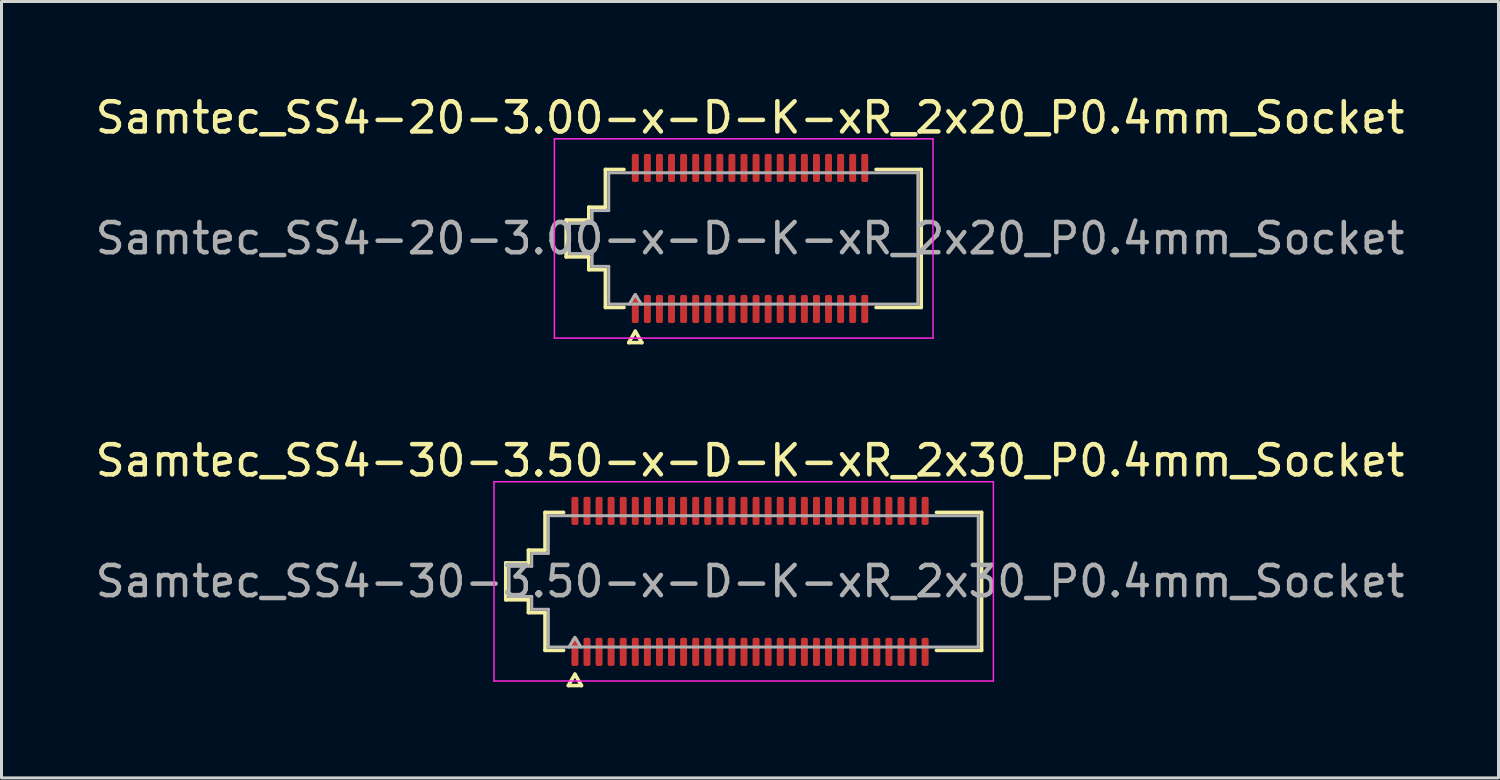
<source format=kicad_pcb>
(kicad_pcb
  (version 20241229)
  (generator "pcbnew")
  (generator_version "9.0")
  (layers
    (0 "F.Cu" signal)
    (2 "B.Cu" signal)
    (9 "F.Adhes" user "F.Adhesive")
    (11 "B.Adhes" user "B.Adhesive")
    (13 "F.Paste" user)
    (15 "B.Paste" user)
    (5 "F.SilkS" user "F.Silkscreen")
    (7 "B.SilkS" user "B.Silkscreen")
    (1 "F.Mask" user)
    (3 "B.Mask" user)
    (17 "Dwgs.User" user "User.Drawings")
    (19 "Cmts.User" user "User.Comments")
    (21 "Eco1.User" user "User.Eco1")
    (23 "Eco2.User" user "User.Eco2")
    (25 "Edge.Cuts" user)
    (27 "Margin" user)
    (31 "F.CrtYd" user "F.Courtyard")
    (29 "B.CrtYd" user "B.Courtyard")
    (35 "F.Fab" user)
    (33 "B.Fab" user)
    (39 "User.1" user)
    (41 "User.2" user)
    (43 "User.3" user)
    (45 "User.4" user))
  (footprint "Samtec_SS4-30-3.50-x-D-K-xR_2x30_P0.4mm_Socket"
    (layer "F.Cu")
    (at 21.792 16.206)
    (property "Reference" "Samtec_SS4-30-3.50-x-D-K-xR_2x30_P0.4mm_Socket" (at 0 -4 0) (layer "F.SilkS") (effects (font (size 1 1) (thickness 0.15))))
    (attr smd)
    (fp_line (start -8.09 -0.61) (end -7.34 -0.61) (stroke (width 0.12) (type solid)) (layer "F.SilkS"))
    (fp_line (start -8.09 0.61) (end -8.09 -0.61) (stroke (width 0.12) (type solid)) (layer "F.SilkS"))
    (fp_line (start -7.34 -1.035) (end -6.79 -1.035) (stroke (width 0.12) (type solid)) (layer "F.SilkS"))
    (fp_line (start -7.34 -0.61) (end -7.34 -1.035) (stroke (width 0.12) (type solid)) (layer "F.SilkS"))
    (fp_line (start -7.34 0.61) (end -8.09 0.61) (stroke (width 0.12) (type solid)) (layer "F.SilkS"))
    (fp_line (start -7.34 1.035) (end -7.34 0.61) (stroke (width 0.12) (type solid)) (layer "F.SilkS"))
    (fp_line (start -6.79 -2.285) (end -6.175 -2.285) (stroke (width 0.12) (type solid)) (layer "F.SilkS"))
    (fp_line (start -6.79 -1.035) (end -6.79 -2.285) (stroke (width 0.12) (type solid)) (layer "F.SilkS"))
    (fp_line (start -6.79 1.035) (end -7.34 1.035) (stroke (width 0.12) (type solid)) (layer "F.SilkS"))
    (fp_line (start -6.79 2.285) (end -6.79 1.035) (stroke (width 0.12) (type solid)) (layer "F.SilkS"))
    (fp_line (start -6.175 2.285) (end -6.79 2.285) (stroke (width 0.12) (type solid)) (layer "F.SilkS"))
    (fp_line (start -6.017 3.45) (end -5.8 3.075) (stroke (width 0.12) (type solid)) (layer "F.SilkS"))
    (fp_line (start -5.8 3.075) (end -5.583 3.45) (stroke (width 0.12) (type solid)) (layer "F.SilkS"))
    (fp_line (start -5.583 3.45) (end -6.017 3.45) (stroke (width 0.12) (type solid)) (layer "F.SilkS"))
    (fp_line (start 6.175 -2.285) (end 7.67 -2.285) (stroke (width 0.12) (type solid)) (layer "F.SilkS"))
    (fp_line (start 7.67 -2.285) (end 7.67 2.285) (stroke (width 0.12) (type solid)) (layer "F.SilkS"))
    (fp_line (start 7.67 2.285) (end 6.175 2.285) (stroke (width 0.12) (type solid)) (layer "F.SilkS"))
    (fp_line (start -8.48 -3.3) (end -8.48 3.3) (stroke (width 0.05) (type solid)) (layer "F.CrtYd"))
    (fp_line (start -8.48 3.3) (end 8.06 3.3) (stroke (width 0.05) (type solid)) (layer "F.CrtYd"))
    (fp_line (start 8.06 -3.3) (end -8.48 -3.3) (stroke (width 0.05) (type solid)) (layer "F.CrtYd"))
    (fp_line (start 8.06 3.3) (end 8.06 -3.3) (stroke (width 0.05) (type solid)) (layer "F.CrtYd"))
    (fp_line (start -7.98 -0.5) (end -7.23 -0.5) (stroke (width 0.1) (type solid)) (layer "F.Fab"))
    (fp_line (start -7.98 0.5) (end -7.98 -0.5) (stroke (width 0.1) (type solid)) (layer "F.Fab"))
    (fp_line (start -7.23 -0.925) (end -6.68 -0.925) (stroke (width 0.1) (type solid)) (layer "F.Fab"))
    (fp_line (start -7.23 -0.5) (end -7.23 -0.925) (stroke (width 0.1) (type solid)) (layer "F.Fab"))
    (fp_line (start -7.23 0.5) (end -7.98 0.5) (stroke (width 0.1) (type solid)) (layer "F.Fab"))
    (fp_line (start -7.23 0.925) (end -7.23 0.5) (stroke (width 0.1) (type solid)) (layer "F.Fab"))
    (fp_line (start -6.68 -2.175) (end 7.56 -2.175) (stroke (width 0.1) (type solid)) (layer "F.Fab"))
    (fp_line (start -6.68 -0.925) (end -6.68 -2.175) (stroke (width 0.1) (type solid)) (layer "F.Fab"))
    (fp_line (start -6.68 0.925) (end -7.23 0.925) (stroke (width 0.1) (type solid)) (layer "F.Fab"))
    (fp_line (start -6.68 2.175) (end -6.68 0.925) (stroke (width 0.1) (type solid)) (layer "F.Fab"))
    (fp_line (start -6 2.175) (end -5.8 1.855) (stroke (width 0.1) (type solid)) (layer "F.Fab"))
    (fp_line (start -5.8 1.855) (end -5.6 2.175) (stroke (width 0.1) (type solid)) (layer "F.Fab"))
    (fp_line (start 7.56 -2.175) (end 7.56 2.175) (stroke (width 0.1) (type solid)) (layer "F.Fab"))
    (fp_line (start 7.56 2.175) (end -6.68 2.175) (stroke (width 0.1) (type solid)) (layer "F.Fab"))
    (fp_text user "${REFERENCE}" (at 0 0 0) (layer "F.Fab") (effects (font (size 1 1) (thickness 0.15))))
    (pad "1" smd roundrect (at -5.8 2.335) (size 0.23 0.93) (layers "F.Cu" "F.Mask" "F.Paste") (roundrect_rratio 0.25))
    (pad "2" smd roundrect (at -5.8 -2.335) (size 0.23 0.93) (layers "F.Cu" "F.Mask" "F.Paste") (roundrect_rratio 0.25))
    (pad "3" smd roundrect (at -5.4 2.335) (size 0.23 0.93) (layers "F.Cu" "F.Mask" "F.Paste") (roundrect_rratio 0.25))
    (pad "4" smd roundrect (at -5.4 -2.335) (size 0.23 0.93) (layers "F.Cu" "F.Mask" "F.Paste") (roundrect_rratio 0.25))
    (pad "5" smd roundrect (at -5 2.335) (size 0.23 0.93) (layers "F.Cu" "F.Mask" "F.Paste") (roundrect_rratio 0.25))
    (pad "6" smd roundrect (at -5 -2.335) (size 0.23 0.93) (layers "F.Cu" "F.Mask" "F.Paste") (roundrect_rratio 0.25))
    (pad "7" smd roundrect (at -4.6 2.335) (size 0.23 0.93) (layers "F.Cu" "F.Mask" "F.Paste") (roundrect_rratio 0.25))
    (pad "8" smd roundrect (at -4.6 -2.335) (size 0.23 0.93) (layers "F.Cu" "F.Mask" "F.Paste") (roundrect_rratio 0.25))
    (pad "9" smd roundrect (at -4.2 2.335) (size 0.23 0.93) (layers "F.Cu" "F.Mask" "F.Paste") (roundrect_rratio 0.25))
    (pad "10" smd roundrect (at -4.2 -2.335) (size 0.23 0.93) (layers "F.Cu" "F.Mask" "F.Paste") (roundrect_rratio 0.25))
    (pad "11" smd roundrect (at -3.8 2.335) (size 0.23 0.93) (layers "F.Cu" "F.Mask" "F.Paste") (roundrect_rratio 0.25))
    (pad "12" smd roundrect (at -3.8 -2.335) (size 0.23 0.93) (layers "F.Cu" "F.Mask" "F.Paste") (roundrect_rratio 0.25))
    (pad "13" smd roundrect (at -3.4 2.335) (size 0.23 0.93) (layers "F.Cu" "F.Mask" "F.Paste") (roundrect_rratio 0.25))
    (pad "14" smd roundrect (at -3.4 -2.335) (size 0.23 0.93) (layers "F.Cu" "F.Mask" "F.Paste") (roundrect_rratio 0.25))
    (pad "15" smd roundrect (at -3 2.335) (size 0.23 0.93) (layers "F.Cu" "F.Mask" "F.Paste") (roundrect_rratio 0.25))
    (pad "16" smd roundrect (at -3 -2.335) (size 0.23 0.93) (layers "F.Cu" "F.Mask" "F.Paste") (roundrect_rratio 0.25))
    (pad "17" smd roundrect (at -2.6 2.335) (size 0.23 0.93) (layers "F.Cu" "F.Mask" "F.Paste") (roundrect_rratio 0.25))
    (pad "18" smd roundrect (at -2.6 -2.335) (size 0.23 0.93) (layers "F.Cu" "F.Mask" "F.Paste") (roundrect_rratio 0.25))
    (pad "19" smd roundrect (at -2.2 2.335) (size 0.23 0.93) (layers "F.Cu" "F.Mask" "F.Paste") (roundrect_rratio 0.25))
    (pad "20" smd roundrect (at -2.2 -2.335) (size 0.23 0.93) (layers "F.Cu" "F.Mask" "F.Paste") (roundrect_rratio 0.25))
    (pad "21" smd roundrect (at -1.8 2.335) (size 0.23 0.93) (layers "F.Cu" "F.Mask" "F.Paste") (roundrect_rratio 0.25))
    (pad "22" smd roundrect (at -1.8 -2.335) (size 0.23 0.93) (layers "F.Cu" "F.Mask" "F.Paste") (roundrect_rratio 0.25))
    (pad "23" smd roundrect (at -1.4 2.335) (size 0.23 0.93) (layers "F.Cu" "F.Mask" "F.Paste") (roundrect_rratio 0.25))
    (pad "24" smd roundrect (at -1.4 -2.335) (size 0.23 0.93) (layers "F.Cu" "F.Mask" "F.Paste") (roundrect_rratio 0.25))
    (pad "25" smd roundrect (at -1 2.335) (size 0.23 0.93) (layers "F.Cu" "F.Mask" "F.Paste") (roundrect_rratio 0.25))
    (pad "26" smd roundrect (at -1 -2.335) (size 0.23 0.93) (layers "F.Cu" "F.Mask" "F.Paste") (roundrect_rratio 0.25))
    (pad "27" smd roundrect (at -0.6 2.335) (size 0.23 0.93) (layers "F.Cu" "F.Mask" "F.Paste") (roundrect_rratio 0.25))
    (pad "28" smd roundrect (at -0.6 -2.335) (size 0.23 0.93) (layers "F.Cu" "F.Mask" "F.Paste") (roundrect_rratio 0.25))
    (pad "29" smd roundrect (at -0.2 2.335) (size 0.23 0.93) (layers "F.Cu" "F.Mask" "F.Paste") (roundrect_rratio 0.25))
    (pad "30" smd roundrect (at -0.2 -2.335) (size 0.23 0.93) (layers "F.Cu" "F.Mask" "F.Paste") (roundrect_rratio 0.25))
    (pad "31" smd roundrect (at 0.2 2.335) (size 0.23 0.93) (layers "F.Cu" "F.Mask" "F.Paste") (roundrect_rratio 0.25))
    (pad "32" smd roundrect (at 0.2 -2.335) (size 0.23 0.93) (layers "F.Cu" "F.Mask" "F.Paste") (roundrect_rratio 0.25))
    (pad "33" smd roundrect (at 0.6 2.335) (size 0.23 0.93) (layers "F.Cu" "F.Mask" "F.Paste") (roundrect_rratio 0.25))
    (pad "34" smd roundrect (at 0.6 -2.335) (size 0.23 0.93) (layers "F.Cu" "F.Mask" "F.Paste") (roundrect_rratio 0.25))
    (pad "35" smd roundrect (at 1 2.335) (size 0.23 0.93) (layers "F.Cu" "F.Mask" "F.Paste") (roundrect_rratio 0.25))
    (pad "36" smd roundrect (at 1 -2.335) (size 0.23 0.93) (layers "F.Cu" "F.Mask" "F.Paste") (roundrect_rratio 0.25))
    (pad "37" smd roundrect (at 1.4 2.335) (size 0.23 0.93) (layers "F.Cu" "F.Mask" "F.Paste") (roundrect_rratio 0.25))
    (pad "38" smd roundrect (at 1.4 -2.335) (size 0.23 0.93) (layers "F.Cu" "F.Mask" "F.Paste") (roundrect_rratio 0.25))
    (pad "39" smd roundrect (at 1.8 2.335) (size 0.23 0.93) (layers "F.Cu" "F.Mask" "F.Paste") (roundrect_rratio 0.25))
    (pad "40" smd roundrect (at 1.8 -2.335) (size 0.23 0.93) (layers "F.Cu" "F.Mask" "F.Paste") (roundrect_rratio 0.25))
    (pad "41" smd roundrect (at 2.2 2.335) (size 0.23 0.93) (layers "F.Cu" "F.Mask" "F.Paste") (roundrect_rratio 0.25))
    (pad "42" smd roundrect (at 2.2 -2.335) (size 0.23 0.93) (layers "F.Cu" "F.Mask" "F.Paste") (roundrect_rratio 0.25))
    (pad "43" smd roundrect (at 2.6 2.335) (size 0.23 0.93) (layers "F.Cu" "F.Mask" "F.Paste") (roundrect_rratio 0.25))
    (pad "44" smd roundrect (at 2.6 -2.335) (size 0.23 0.93) (layers "F.Cu" "F.Mask" "F.Paste") (roundrect_rratio 0.25))
    (pad "45" smd roundrect (at 3 2.335) (size 0.23 0.93) (layers "F.Cu" "F.Mask" "F.Paste") (roundrect_rratio 0.25))
    (pad "46" smd roundrect (at 3 -2.335) (size 0.23 0.93) (layers "F.Cu" "F.Mask" "F.Paste") (roundrect_rratio 0.25))
    (pad "47" smd roundrect (at 3.4 2.335) (size 0.23 0.93) (layers "F.Cu" "F.Mask" "F.Paste") (roundrect_rratio 0.25))
    (pad "48" smd roundrect (at 3.4 -2.335) (size 0.23 0.93) (layers "F.Cu" "F.Mask" "F.Paste") (roundrect_rratio 0.25))
    (pad "49" smd roundrect (at 3.8 2.335) (size 0.23 0.93) (layers "F.Cu" "F.Mask" "F.Paste") (roundrect_rratio 0.25))
    (pad "50" smd roundrect (at 3.8 -2.335) (size 0.23 0.93) (layers "F.Cu" "F.Mask" "F.Paste") (roundrect_rratio 0.25))
    (pad "51" smd roundrect (at 4.2 2.335) (size 0.23 0.93) (layers "F.Cu" "F.Mask" "F.Paste") (roundrect_rratio 0.25))
    (pad "52" smd roundrect (at 4.2 -2.335) (size 0.23 0.93) (layers "F.Cu" "F.Mask" "F.Paste") (roundrect_rratio 0.25))
    (pad "53" smd roundrect (at 4.6 2.335) (size 0.23 0.93) (layers "F.Cu" "F.Mask" "F.Paste") (roundrect_rratio 0.25))
    (pad "54" smd roundrect (at 4.6 -2.335) (size 0.23 0.93) (layers "F.Cu" "F.Mask" "F.Paste") (roundrect_rratio 0.25))
    (pad "55" smd roundrect (at 5 2.335) (size 0.23 0.93) (layers "F.Cu" "F.Mask" "F.Paste") (roundrect_rratio 0.25))
    (pad "56" smd roundrect (at 5 -2.335) (size 0.23 0.93) (layers "F.Cu" "F.Mask" "F.Paste") (roundrect_rratio 0.25))
    (pad "57" smd roundrect (at 5.4 2.335) (size 0.23 0.93) (layers "F.Cu" "F.Mask" "F.Paste") (roundrect_rratio 0.25))
    (pad "58" smd roundrect (at 5.4 -2.335) (size 0.23 0.93) (layers "F.Cu" "F.Mask" "F.Paste") (roundrect_rratio 0.25))
    (pad "59" smd roundrect (at 5.8 2.335) (size 0.23 0.93) (layers "F.Cu" "F.Mask" "F.Paste") (roundrect_rratio 0.25))
    (pad "60" smd roundrect (at 5.8 -2.335) (size 0.23 0.93) (layers "F.Cu" "F.Mask" "F.Paste") (roundrect_rratio 0.25)))
  (footprint "Samtec_SS4-20-3.00-x-D-K-xR_2x20_P0.4mm_Socket"
    (layer "F.Cu")
    (at 21.792 4.848)
    (property "Reference" "Samtec_SS4-20-3.00-x-D-K-xR_2x20_P0.4mm_Socket" (at 0 -4 0) (layer "F.SilkS") (effects (font (size 1 1) (thickness 0.15))))
    (attr smd)
    (fp_line (start -6.09 -0.61) (end -5.34 -0.61) (stroke (width 0.12) (type solid)) (layer "F.SilkS"))
    (fp_line (start -6.09 0.61) (end -6.09 -0.61) (stroke (width 0.12) (type solid)) (layer "F.SilkS"))
    (fp_line (start -5.34 -1.035) (end -4.79 -1.035) (stroke (width 0.12) (type solid)) (layer "F.SilkS"))
    (fp_line (start -5.34 -0.61) (end -5.34 -1.035) (stroke (width 0.12) (type solid)) (layer "F.SilkS"))
    (fp_line (start -5.34 0.61) (end -6.09 0.61) (stroke (width 0.12) (type solid)) (layer "F.SilkS"))
    (fp_line (start -5.34 1.035) (end -5.34 0.61) (stroke (width 0.12) (type solid)) (layer "F.SilkS"))
    (fp_line (start -4.79 -2.285) (end -4.175 -2.285) (stroke (width 0.12) (type solid)) (layer "F.SilkS"))
    (fp_line (start -4.79 -1.035) (end -4.79 -2.285) (stroke (width 0.12) (type solid)) (layer "F.SilkS"))
    (fp_line (start -4.79 1.035) (end -5.34 1.035) (stroke (width 0.12) (type solid)) (layer "F.SilkS"))
    (fp_line (start -4.79 2.285) (end -4.79 1.035) (stroke (width 0.12) (type solid)) (layer "F.SilkS"))
    (fp_line (start -4.175 2.285) (end -4.79 2.285) (stroke (width 0.12) (type solid)) (layer "F.SilkS"))
    (fp_line (start -4.017 3.45) (end -3.8 3.075) (stroke (width 0.12) (type solid)) (layer "F.SilkS"))
    (fp_line (start -3.8 3.075) (end -3.583 3.45) (stroke (width 0.12) (type solid)) (layer "F.SilkS"))
    (fp_line (start -3.583 3.45) (end -4.017 3.45) (stroke (width 0.12) (type solid)) (layer "F.SilkS"))
    (fp_line (start 4.175 -2.285) (end 5.67 -2.285) (stroke (width 0.12) (type solid)) (layer "F.SilkS"))
    (fp_line (start 5.67 -2.285) (end 5.67 2.285) (stroke (width 0.12) (type solid)) (layer "F.SilkS"))
    (fp_line (start 5.67 2.285) (end 4.175 2.285) (stroke (width 0.12) (type solid)) (layer "F.SilkS"))
    (fp_line (start -6.48 -3.3) (end -6.48 3.3) (stroke (width 0.05) (type solid)) (layer "F.CrtYd"))
    (fp_line (start -6.48 3.3) (end 6.06 3.3) (stroke (width 0.05) (type solid)) (layer "F.CrtYd"))
    (fp_line (start 6.06 -3.3) (end -6.48 -3.3) (stroke (width 0.05) (type solid)) (layer "F.CrtYd"))
    (fp_line (start 6.06 3.3) (end 6.06 -3.3) (stroke (width 0.05) (type solid)) (layer "F.CrtYd"))
    (fp_line (start -5.98 -0.5) (end -5.23 -0.5) (stroke (width 0.1) (type solid)) (layer "F.Fab"))
    (fp_line (start -5.98 0.5) (end -5.98 -0.5) (stroke (width 0.1) (type solid)) (layer "F.Fab"))
    (fp_line (start -5.23 -0.925) (end -4.68 -0.925) (stroke (width 0.1) (type solid)) (layer "F.Fab"))
    (fp_line (start -5.23 -0.5) (end -5.23 -0.925) (stroke (width 0.1) (type solid)) (layer "F.Fab"))
    (fp_line (start -5.23 0.5) (end -5.98 0.5) (stroke (width 0.1) (type solid)) (layer "F.Fab"))
    (fp_line (start -5.23 0.925) (end -5.23 0.5) (stroke (width 0.1) (type solid)) (layer "F.Fab"))
    (fp_line (start -4.68 -2.175) (end 5.56 -2.175) (stroke (width 0.1) (type solid)) (layer "F.Fab"))
    (fp_line (start -4.68 -0.925) (end -4.68 -2.175) (stroke (width 0.1) (type solid)) (layer "F.Fab"))
    (fp_line (start -4.68 0.925) (end -5.23 0.925) (stroke (width 0.1) (type solid)) (layer "F.Fab"))
    (fp_line (start -4.68 2.175) (end -4.68 0.925) (stroke (width 0.1) (type solid)) (layer "F.Fab"))
    (fp_line (start -4 2.175) (end -3.8 1.855) (stroke (width 0.1) (type solid)) (layer "F.Fab"))
    (fp_line (start -3.8 1.855) (end -3.6 2.175) (stroke (width 0.1) (type solid)) (layer "F.Fab"))
    (fp_line (start 5.56 -2.175) (end 5.56 2.175) (stroke (width 0.1) (type solid)) (layer "F.Fab"))
    (fp_line (start 5.56 2.175) (end -4.68 2.175) (stroke (width 0.1) (type solid)) (layer "F.Fab"))
    (fp_text user "${REFERENCE}" (at 0 0 0) (layer "F.Fab") (effects (font (size 1 1) (thickness 0.15))))
    (pad "1" smd roundrect (at -3.8 2.335) (size 0.23 0.93) (layers "F.Cu" "F.Mask" "F.Paste") (roundrect_rratio 0.25))
    (pad "2" smd roundrect (at -3.8 -2.335) (size 0.23 0.93) (layers "F.Cu" "F.Mask" "F.Paste") (roundrect_rratio 0.25))
    (pad "3" smd roundrect (at -3.4 2.335) (size 0.23 0.93) (layers "F.Cu" "F.Mask" "F.Paste") (roundrect_rratio 0.25))
    (pad "4" smd roundrect (at -3.4 -2.335) (size 0.23 0.93) (layers "F.Cu" "F.Mask" "F.Paste") (roundrect_rratio 0.25))
    (pad "5" smd roundrect (at -3 2.335) (size 0.23 0.93) (layers "F.Cu" "F.Mask" "F.Paste") (roundrect_rratio 0.25))
    (pad "6" smd roundrect (at -3 -2.335) (size 0.23 0.93) (layers "F.Cu" "F.Mask" "F.Paste") (roundrect_rratio 0.25))
    (pad "7" smd roundrect (at -2.6 2.335) (size 0.23 0.93) (layers "F.Cu" "F.Mask" "F.Paste") (roundrect_rratio 0.25))
    (pad "8" smd roundrect (at -2.6 -2.335) (size 0.23 0.93) (layers "F.Cu" "F.Mask" "F.Paste") (roundrect_rratio 0.25))
    (pad "9" smd roundrect (at -2.2 2.335) (size 0.23 0.93) (layers "F.Cu" "F.Mask" "F.Paste") (roundrect_rratio 0.25))
    (pad "10" smd roundrect (at -2.2 -2.335) (size 0.23 0.93) (layers "F.Cu" "F.Mask" "F.Paste") (roundrect_rratio 0.25))
    (pad "11" smd roundrect (at -1.8 2.335) (size 0.23 0.93) (layers "F.Cu" "F.Mask" "F.Paste") (roundrect_rratio 0.25))
    (pad "12" smd roundrect (at -1.8 -2.335) (size 0.23 0.93) (layers "F.Cu" "F.Mask" "F.Paste") (roundrect_rratio 0.25))
    (pad "13" smd roundrect (at -1.4 2.335) (size 0.23 0.93) (layers "F.Cu" "F.Mask" "F.Paste") (roundrect_rratio 0.25))
    (pad "14" smd roundrect (at -1.4 -2.335) (size 0.23 0.93) (layers "F.Cu" "F.Mask" "F.Paste") (roundrect_rratio 0.25))
    (pad "15" smd roundrect (at -1 2.335) (size 0.23 0.93) (layers "F.Cu" "F.Mask" "F.Paste") (roundrect_rratio 0.25))
    (pad "16" smd roundrect (at -1 -2.335) (size 0.23 0.93) (layers "F.Cu" "F.Mask" "F.Paste") (roundrect_rratio 0.25))
    (pad "17" smd roundrect (at -0.6 2.335) (size 0.23 0.93) (layers "F.Cu" "F.Mask" "F.Paste") (roundrect_rratio 0.25))
    (pad "18" smd roundrect (at -0.6 -2.335) (size 0.23 0.93) (layers "F.Cu" "F.Mask" "F.Paste") (roundrect_rratio 0.25))
    (pad "19" smd roundrect (at -0.2 2.335) (size 0.23 0.93) (layers "F.Cu" "F.Mask" "F.Paste") (roundrect_rratio 0.25))
    (pad "20" smd roundrect (at -0.2 -2.335) (size 0.23 0.93) (layers "F.Cu" "F.Mask" "F.Paste") (roundrect_rratio 0.25))
    (pad "21" smd roundrect (at 0.2 2.335) (size 0.23 0.93) (layers "F.Cu" "F.Mask" "F.Paste") (roundrect_rratio 0.25))
    (pad "22" smd roundrect (at 0.2 -2.335) (size 0.23 0.93) (layers "F.Cu" "F.Mask" "F.Paste") (roundrect_rratio 0.25))
    (pad "23" smd roundrect (at 0.6 2.335) (size 0.23 0.93) (layers "F.Cu" "F.Mask" "F.Paste") (roundrect_rratio 0.25))
    (pad "24" smd roundrect (at 0.6 -2.335) (size 0.23 0.93) (layers "F.Cu" "F.Mask" "F.Paste") (roundrect_rratio 0.25))
    (pad "25" smd roundrect (at 1 2.335) (size 0.23 0.93) (layers "F.Cu" "F.Mask" "F.Paste") (roundrect_rratio 0.25))
    (pad "26" smd roundrect (at 1 -2.335) (size 0.23 0.93) (layers "F.Cu" "F.Mask" "F.Paste") (roundrect_rratio 0.25))
    (pad "27" smd roundrect (at 1.4 2.335) (size 0.23 0.93) (layers "F.Cu" "F.Mask" "F.Paste") (roundrect_rratio 0.25))
    (pad "28" smd roundrect (at 1.4 -2.335) (size 0.23 0.93) (layers "F.Cu" "F.Mask" "F.Paste") (roundrect_rratio 0.25))
    (pad "29" smd roundrect (at 1.8 2.335) (size 0.23 0.93) (layers "F.Cu" "F.Mask" "F.Paste") (roundrect_rratio 0.25))
    (pad "30" smd roundrect (at 1.8 -2.335) (size 0.23 0.93) (layers "F.Cu" "F.Mask" "F.Paste") (roundrect_rratio 0.25))
    (pad "31" smd roundrect (at 2.2 2.335) (size 0.23 0.93) (layers "F.Cu" "F.Mask" "F.Paste") (roundrect_rratio 0.25))
    (pad "32" smd roundrect (at 2.2 -2.335) (size 0.23 0.93) (layers "F.Cu" "F.Mask" "F.Paste") (roundrect_rratio 0.25))
    (pad "33" smd roundrect (at 2.6 2.335) (size 0.23 0.93) (layers "F.Cu" "F.Mask" "F.Paste") (roundrect_rratio 0.25))
    (pad "34" smd roundrect (at 2.6 -2.335) (size 0.23 0.93) (layers "F.Cu" "F.Mask" "F.Paste") (roundrect_rratio 0.25))
    (pad "35" smd roundrect (at 3 2.335) (size 0.23 0.93) (layers "F.Cu" "F.Mask" "F.Paste") (roundrect_rratio 0.25))
    (pad "36" smd roundrect (at 3 -2.335) (size 0.23 0.93) (layers "F.Cu" "F.Mask" "F.Paste") (roundrect_rratio 0.25))
    (pad "37" smd roundrect (at 3.4 2.335) (size 0.23 0.93) (layers "F.Cu" "F.Mask" "F.Paste") (roundrect_rratio 0.25))
    (pad "38" smd roundrect (at 3.4 -2.335) (size 0.23 0.93) (layers "F.Cu" "F.Mask" "F.Paste") (roundrect_rratio 0.25))
    (pad "39" smd roundrect (at 3.8 2.335) (size 0.23 0.93) (layers "F.Cu" "F.Mask" "F.Paste") (roundrect_rratio 0.25))
    (pad "40" smd roundrect (at 3.8 -2.335) (size 0.23 0.93) (layers "F.Cu" "F.Mask" "F.Paste") (roundrect_rratio 0.25))
    (zone (net_name "") (layer "F.Cu") (name "Via keepout") (hatch edge 0.5) (connect_pads) (min_thickness 0.25) (filled_areas_thickness no) (keepout (tracks not_allowed) (vias not_allowed) (pads allowed) (copperpour not_allowed) (footprints allowed)) (placement (enabled no)) (fill) (polygon (pts (xy 17.877 2.978) (xy 25.707 2.978) (xy 25.707 6.718) (xy 17.877 6.718)))))
  (gr_rect
    (start -3 -3)
    (end 46.583 22.716)
    (stroke (width 0.1) (type default))
    (fill no)
    (layer "Edge.Cuts")))
</source>
